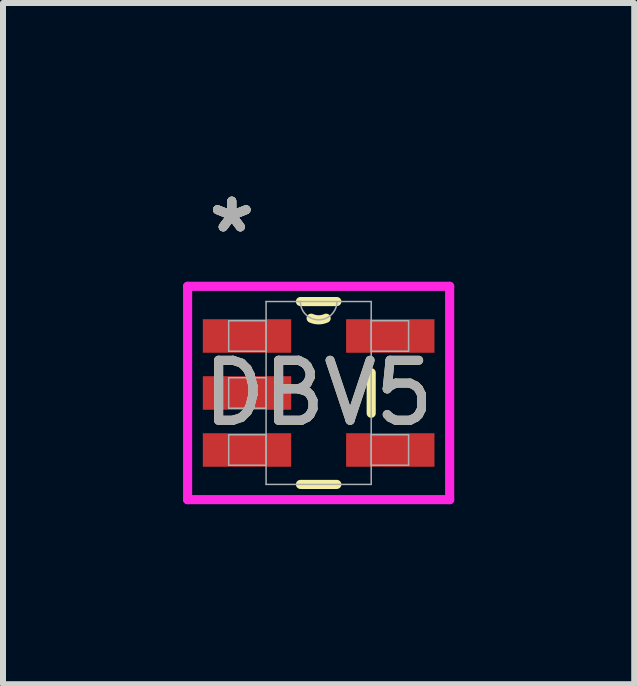
<source format=kicad_pcb>
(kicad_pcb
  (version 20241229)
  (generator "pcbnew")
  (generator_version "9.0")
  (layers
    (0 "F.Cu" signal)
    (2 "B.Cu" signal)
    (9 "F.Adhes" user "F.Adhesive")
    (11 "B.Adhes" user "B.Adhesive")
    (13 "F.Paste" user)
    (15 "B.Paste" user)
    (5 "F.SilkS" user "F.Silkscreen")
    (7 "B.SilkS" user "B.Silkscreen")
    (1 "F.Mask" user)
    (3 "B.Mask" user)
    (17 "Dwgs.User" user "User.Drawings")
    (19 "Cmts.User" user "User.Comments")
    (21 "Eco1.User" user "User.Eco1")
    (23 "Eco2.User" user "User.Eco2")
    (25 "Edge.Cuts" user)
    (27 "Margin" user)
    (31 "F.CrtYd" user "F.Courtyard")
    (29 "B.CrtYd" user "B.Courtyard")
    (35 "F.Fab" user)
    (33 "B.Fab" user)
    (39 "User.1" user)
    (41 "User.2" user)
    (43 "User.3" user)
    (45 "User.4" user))
  (footprint "DBV5"
    (layer "F.Cu")
    (at 2.261 3.5)
    (property "Reference" "DBV5" (at 0 0 0) (unlocked yes) (layer "F.SilkS") (effects (font (size 1 1) (thickness 0.15))))
    (attr smd)
    (fp_line (start -0.303 1.524) (end 0.303 1.524) (stroke (width 0.152) (type solid)) (layer "F.SilkS"))
    (fp_line (start 0.303 -1.524) (end -0.303 -1.524) (stroke (width 0.152) (type solid)) (layer "F.SilkS"))
    (fp_line (start 0.876 0.338) (end 0.876 -0.338) (stroke (width 0.152) (type solid)) (layer "F.SilkS"))
    (fp_arc (start 0.124872 -1.245953) (mid 0 -1.2192) (end -0.124872 -1.245953) (stroke (width 0.1524) (type solid)) (layer "F.SilkS"))
    (fp_line (start -2.184 -1.778) (end 2.184 -1.778) (stroke (width 0.152) (type solid)) (layer "F.CrtYd"))
    (fp_line (start -2.184 1.778) (end -2.184 -1.778) (stroke (width 0.152) (type solid)) (layer "F.CrtYd"))
    (fp_line (start 2.184 -1.778) (end 2.184 1.778) (stroke (width 0.152) (type solid)) (layer "F.CrtYd"))
    (fp_line (start 2.184 1.778) (end -2.184 1.778) (stroke (width 0.152) (type solid)) (layer "F.CrtYd"))
    (fp_line (start -1.499 -1.204) (end -1.499 -0.696) (stroke (width 0.025) (type solid)) (layer "F.Fab"))
    (fp_line (start -1.499 -0.696) (end -0.876 -0.696) (stroke (width 0.025) (type solid)) (layer "F.Fab"))
    (fp_line (start -1.499 -0.254) (end -1.499 0.254) (stroke (width 0.025) (type solid)) (layer "F.Fab"))
    (fp_line (start -1.499 0.254) (end -0.876 0.254) (stroke (width 0.025) (type solid)) (layer "F.Fab"))
    (fp_line (start -1.499 0.696) (end -1.499 1.204) (stroke (width 0.025) (type solid)) (layer "F.Fab"))
    (fp_line (start -1.499 1.204) (end -0.876 1.204) (stroke (width 0.025) (type solid)) (layer "F.Fab"))
    (fp_line (start -0.876 -1.524) (end -0.876 1.524) (stroke (width 0.025) (type solid)) (layer "F.Fab"))
    (fp_line (start -0.876 -1.204) (end -1.499 -1.204) (stroke (width 0.025) (type solid)) (layer "F.Fab"))
    (fp_line (start -0.876 -0.696) (end -0.876 -1.204) (stroke (width 0.025) (type solid)) (layer "F.Fab"))
    (fp_line (start -0.876 -0.254) (end -1.499 -0.254) (stroke (width 0.025) (type solid)) (layer "F.Fab"))
    (fp_line (start -0.876 0.254) (end -0.876 -0.254) (stroke (width 0.025) (type solid)) (layer "F.Fab"))
    (fp_line (start -0.876 0.696) (end -1.499 0.696) (stroke (width 0.025) (type solid)) (layer "F.Fab"))
    (fp_line (start -0.876 1.204) (end -0.876 0.696) (stroke (width 0.025) (type solid)) (layer "F.Fab"))
    (fp_line (start -0.876 1.524) (end 0.876 1.524) (stroke (width 0.025) (type solid)) (layer "F.Fab"))
    (fp_line (start 0.876 -1.524) (end -0.876 -1.524) (stroke (width 0.025) (type solid)) (layer "F.Fab"))
    (fp_line (start 0.876 -1.204) (end 0.876 -0.696) (stroke (width 0.025) (type solid)) (layer "F.Fab"))
    (fp_line (start 0.876 -0.696) (end 1.499 -0.696) (stroke (width 0.025) (type solid)) (layer "F.Fab"))
    (fp_line (start 0.876 0.696) (end 0.876 1.204) (stroke (width 0.025) (type solid)) (layer "F.Fab"))
    (fp_line (start 0.876 1.204) (end 1.499 1.204) (stroke (width 0.025) (type solid)) (layer "F.Fab"))
    (fp_line (start 0.876 1.524) (end 0.876 -1.524) (stroke (width 0.025) (type solid)) (layer "F.Fab"))
    (fp_line (start 1.499 -1.204) (end 0.876 -1.204) (stroke (width 0.025) (type solid)) (layer "F.Fab"))
    (fp_line (start 1.499 -0.696) (end 1.499 -1.204) (stroke (width 0.025) (type solid)) (layer "F.Fab"))
    (fp_line (start 1.499 0.696) (end 0.876 0.696) (stroke (width 0.025) (type solid)) (layer "F.Fab"))
    (fp_line (start 1.499 1.204) (end 1.499 0.696) (stroke (width 0.025) (type solid)) (layer "F.Fab"))
    (fp_arc (start 0.3048 -1.524) (mid 0 -1.2192) (end -0.3048 -1.524) (stroke (width 0.0254) (type solid)) (layer "F.Fab"))
    (fp_text user "*" (at -1.448 -2.652 0) (layer "F.SilkS") (effects (font (size 1 1) (thickness 0.15))))
    (fp_text user "*" (at -1.448 -2.652 0) (unlocked yes) (layer "F.SilkS") (effects (font (size 1 1) (thickness 0.15))))
    (fp_text user "*" (at -1.448 -2.652 0) (unlocked yes) (layer "F.Fab") (effects (font (size 1 1) (thickness 0.15))))
    (fp_text user "*" (at -1.448 -2.652 0) (layer "F.Fab") (effects (font (size 1 1) (thickness 0.15))))
    (fp_text user "${REFERENCE}" (at 0 0 0) (unlocked yes) (layer "F.Fab") (effects (font (size 1 1) (thickness 0.15))))
    (pad "1" smd rect (at -1.194 -0.95) (size 1.473 0.559) (layers "F.Cu" "F.Mask" "F.Paste"))
    (pad "2" smd rect (at -1.194 0) (size 1.473 0.559) (layers "F.Cu" "F.Mask" "F.Paste"))
    (pad "3" smd rect (at -1.194 0.95) (size 1.473 0.559) (layers "F.Cu" "F.Mask" "F.Paste"))
    (pad "4" smd rect (at 1.194 0.95) (size 1.473 0.559) (layers "F.Cu" "F.Mask" "F.Paste"))
    (pad "5" smd rect (at 1.194 -0.95) (size 1.473 0.559) (layers "F.Cu" "F.Mask" "F.Paste")))
  (gr_rect
    (start -3 -3)
    (end 7.521 8.354)
    (stroke (width 0.1) (type default))
    (fill no)
    (layer "Edge.Cuts")))
</source>
